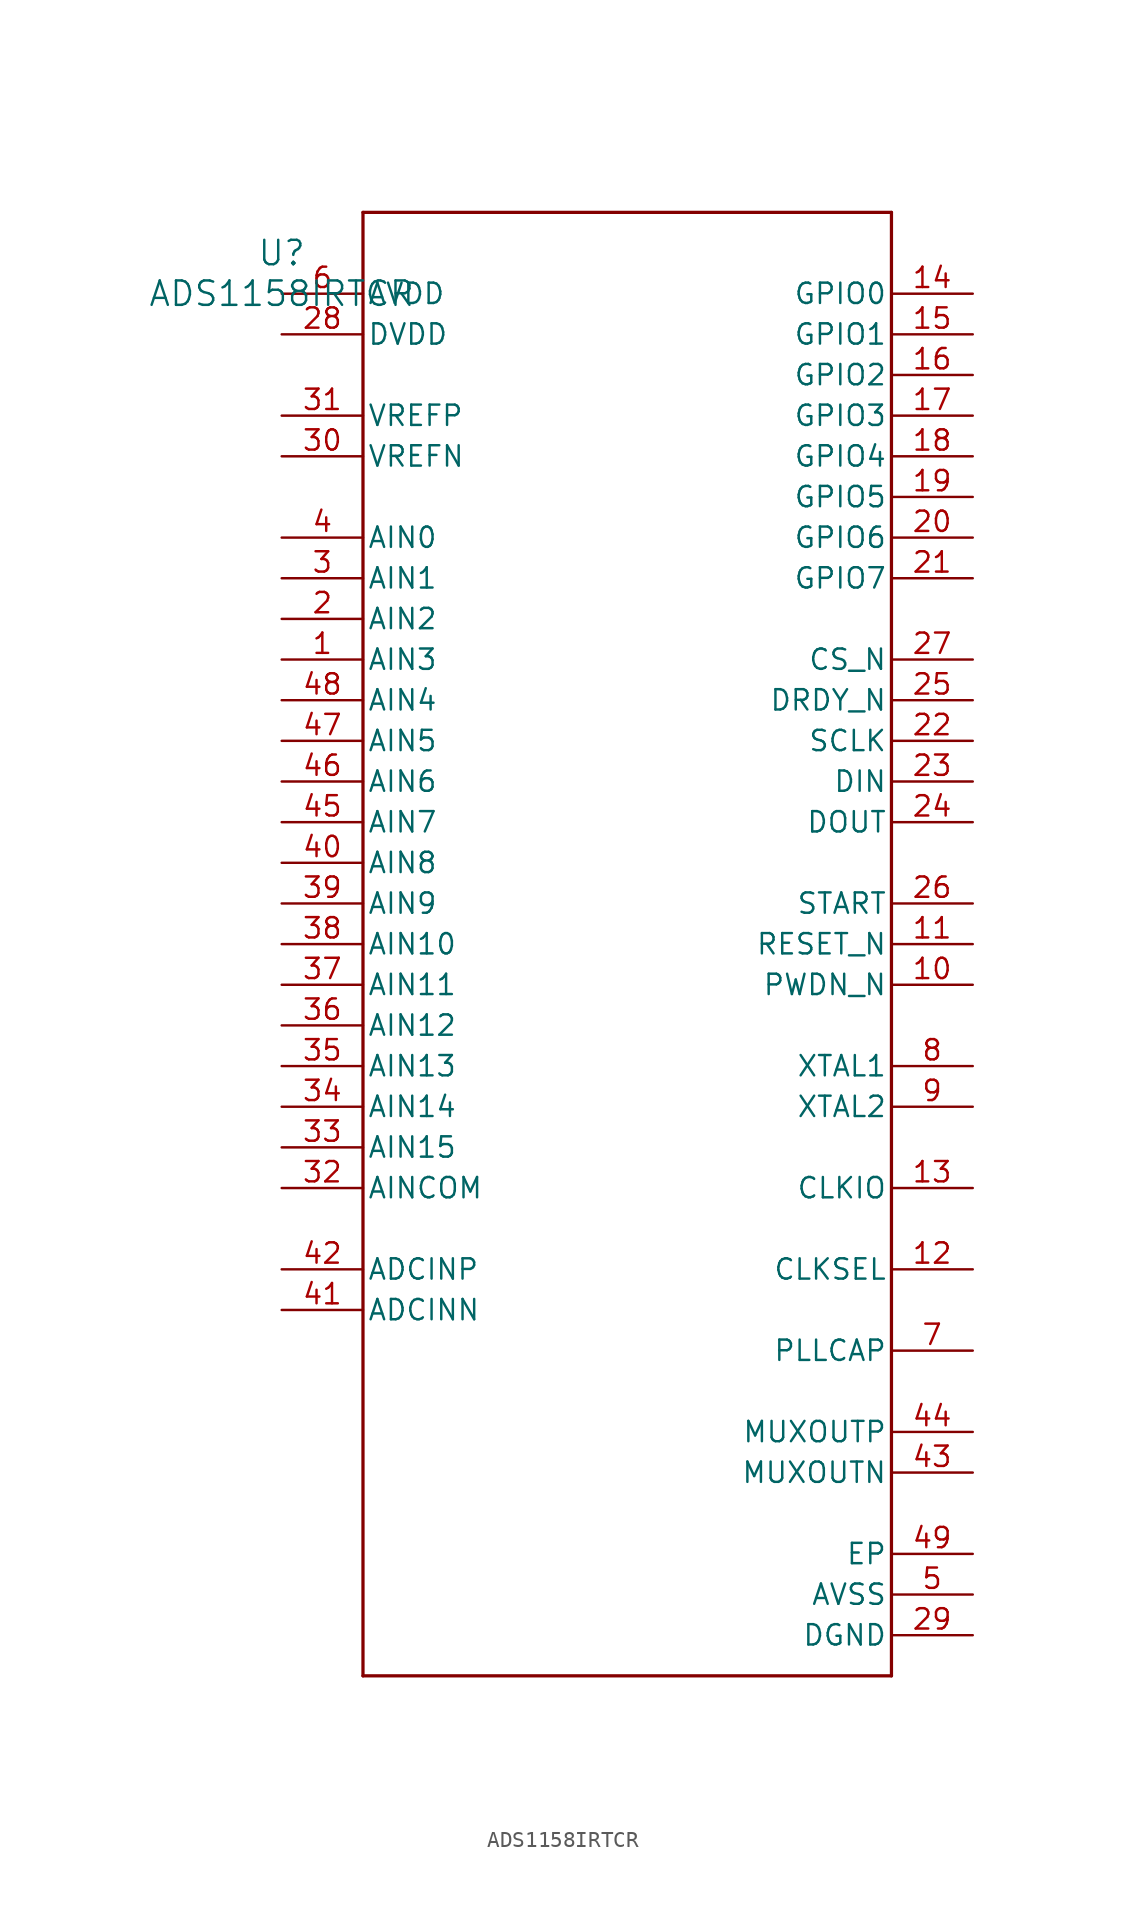
<source format=kicad_sym>
(kicad_symbol_lib
  (version 20241209)
  (generator "kicad_symbol_editor")
  (generator_version "9.0")
  (symbol "ADS1158IRTCR"
    (pin_names
      (offset 0.254))
    (property "Reference" "U"
      (at 0 2.54 0)
      (effects (font (size 1.524 1.524))))
    (property "Value" "ADS1158IRTCR"
      (at 0 0 0)
      (effects (font (size 1.524 1.524))))
    (property "ki_locked" ""
      (at 0 0 0)
      (effects (font (size 1.27 1.27))))
    (symbol "ADS1158IRTCR_0_1"
      (polyline (pts (xy 5.08 5.08) (xy 5.08 -86.36)) (stroke (width 0.203) (type default)) (fill (type none)))
      (polyline (pts (xy 5.08 -86.36) (xy 38.1 -86.36)) (stroke (width 0.203) (type default)) (fill (type none)))
      (polyline (pts (xy 38.1 5.08) (xy 5.08 5.08)) (stroke (width 0.203) (type default)) (fill (type none)))
      (polyline (pts (xy 38.1 -86.36) (xy 38.1 5.08)) (stroke (width 0.203) (type default)) (fill (type none)))
      (pin power_in line (at 0 0 0) (length 5.08) (name "AVDD" (effects (font (size 1.27 1.27)))) (number "6" (effects (font (size 1.27 1.27)))))
      (pin power_in line (at 0 -2.54 0) (length 5.08) (name "DVDD" (effects (font (size 1.27 1.27)))) (number "28" (effects (font (size 1.27 1.27)))))
      (pin unspecified line (at 0 -7.62 0) (length 5.08) (name "VREFP" (effects (font (size 1.27 1.27)))) (number "31" (effects (font (size 1.27 1.27)))))
      (pin unspecified line (at 0 -10.16 0) (length 5.08) (name "VREFN" (effects (font (size 1.27 1.27)))) (number "30" (effects (font (size 1.27 1.27)))))
      (pin unspecified line (at 0 -15.24 0) (length 5.08) (name "AIN0" (effects (font (size 1.27 1.27)))) (number "4" (effects (font (size 1.27 1.27)))))
      (pin unspecified line (at 0 -17.78 0) (length 5.08) (name "AIN1" (effects (font (size 1.27 1.27)))) (number "3" (effects (font (size 1.27 1.27)))))
      (pin unspecified line (at 0 -20.32 0) (length 5.08) (name "AIN2" (effects (font (size 1.27 1.27)))) (number "2" (effects (font (size 1.27 1.27)))))
      (pin unspecified line (at 0 -22.86 0) (length 5.08) (name "AIN3" (effects (font (size 1.27 1.27)))) (number "1" (effects (font (size 1.27 1.27)))))
      (pin unspecified line (at 0 -25.4 0) (length 5.08) (name "AIN4" (effects (font (size 1.27 1.27)))) (number "48" (effects (font (size 1.27 1.27)))))
      (pin unspecified line (at 0 -27.94 0) (length 5.08) (name "AIN5" (effects (font (size 1.27 1.27)))) (number "47" (effects (font (size 1.27 1.27)))))
      (pin unspecified line (at 0 -30.48 0) (length 5.08) (name "AIN6" (effects (font (size 1.27 1.27)))) (number "46" (effects (font (size 1.27 1.27)))))
      (pin unspecified line (at 0 -33.02 0) (length 5.08) (name "AIN7" (effects (font (size 1.27 1.27)))) (number "45" (effects (font (size 1.27 1.27)))))
      (pin unspecified line (at 0 -35.56 0) (length 5.08) (name "AIN8" (effects (font (size 1.27 1.27)))) (number "40" (effects (font (size 1.27 1.27)))))
      (pin unspecified line (at 0 -38.1 0) (length 5.08) (name "AIN9" (effects (font (size 1.27 1.27)))) (number "39" (effects (font (size 1.27 1.27)))))
      (pin unspecified line (at 0 -40.64 0) (length 5.08) (name "AIN10" (effects (font (size 1.27 1.27)))) (number "38" (effects (font (size 1.27 1.27)))))
      (pin unspecified line (at 0 -43.18 0) (length 5.08) (name "AIN11" (effects (font (size 1.27 1.27)))) (number "37" (effects (font (size 1.27 1.27)))))
      (pin unspecified line (at 0 -45.72 0) (length 5.08) (name "AIN12" (effects (font (size 1.27 1.27)))) (number "36" (effects (font (size 1.27 1.27)))))
      (pin unspecified line (at 0 -48.26 0) (length 5.08) (name "AIN13" (effects (font (size 1.27 1.27)))) (number "35" (effects (font (size 1.27 1.27)))))
      (pin unspecified line (at 0 -50.8 0) (length 5.08) (name "AIN14" (effects (font (size 1.27 1.27)))) (number "34" (effects (font (size 1.27 1.27)))))
      (pin unspecified line (at 0 -53.34 0) (length 5.08) (name "AIN15" (effects (font (size 1.27 1.27)))) (number "33" (effects (font (size 1.27 1.27)))))
      (pin unspecified line (at 0 -55.88 0) (length 5.08) (name "AINCOM" (effects (font (size 1.27 1.27)))) (number "32" (effects (font (size 1.27 1.27)))))
      (pin unspecified line (at 0 -60.96 0) (length 5.08) (name "ADCINP" (effects (font (size 1.27 1.27)))) (number "42" (effects (font (size 1.27 1.27)))))
      (pin unspecified line (at 0 -63.5 0) (length 5.08) (name "ADCINN" (effects (font (size 1.27 1.27)))) (number "41" (effects (font (size 1.27 1.27)))))
      (pin bidirectional line (at 43.18 0 180) (length 5.08) (name "GPIO0" (effects (font (size 1.27 1.27)))) (number "14" (effects (font (size 1.27 1.27)))))
      (pin bidirectional line (at 43.18 -2.54 180) (length 5.08) (name "GPIO1" (effects (font (size 1.27 1.27)))) (number "15" (effects (font (size 1.27 1.27)))))
      (pin bidirectional line (at 43.18 -5.08 180) (length 5.08) (name "GPIO2" (effects (font (size 1.27 1.27)))) (number "16" (effects (font (size 1.27 1.27)))))
      (pin bidirectional line (at 43.18 -7.62 180) (length 5.08) (name "GPIO3" (effects (font (size 1.27 1.27)))) (number "17" (effects (font (size 1.27 1.27)))))
      (pin bidirectional line (at 43.18 -10.16 180) (length 5.08) (name "GPIO4" (effects (font (size 1.27 1.27)))) (number "18" (effects (font (size 1.27 1.27)))))
      (pin bidirectional line (at 43.18 -12.7 180) (length 5.08) (name "GPIO5" (effects (font (size 1.27 1.27)))) (number "19" (effects (font (size 1.27 1.27)))))
      (pin bidirectional line (at 43.18 -15.24 180) (length 5.08) (name "GPIO6" (effects (font (size 1.27 1.27)))) (number "20" (effects (font (size 1.27 1.27)))))
      (pin bidirectional line (at 43.18 -17.78 180) (length 5.08) (name "GPIO7" (effects (font (size 1.27 1.27)))) (number "21" (effects (font (size 1.27 1.27)))))
      (pin input line (at 43.18 -22.86 180) (length 5.08) (name "CS_N" (effects (font (size 1.27 1.27)))) (number "27" (effects (font (size 1.27 1.27)))))
      (pin output line (at 43.18 -25.4 180) (length 5.08) (name "DRDY_N" (effects (font (size 1.27 1.27)))) (number "25" (effects (font (size 1.27 1.27)))))
      (pin input line (at 43.18 -27.94 180) (length 5.08) (name "SCLK" (effects (font (size 1.27 1.27)))) (number "22" (effects (font (size 1.27 1.27)))))
      (pin input line (at 43.18 -30.48 180) (length 5.08) (name "DIN" (effects (font (size 1.27 1.27)))) (number "23" (effects (font (size 1.27 1.27)))))
      (pin output line (at 43.18 -33.02 180) (length 5.08) (name "DOUT" (effects (font (size 1.27 1.27)))) (number "24" (effects (font (size 1.27 1.27)))))
      (pin input line (at 43.18 -38.1 180) (length 5.08) (name "START" (effects (font (size 1.27 1.27)))) (number "26" (effects (font (size 1.27 1.27)))))
      (pin input line (at 43.18 -40.64 180) (length 5.08) (name "RESET_N" (effects (font (size 1.27 1.27)))) (number "11" (effects (font (size 1.27 1.27)))))
      (pin input line (at 43.18 -43.18 180) (length 5.08) (name "PWDN_N" (effects (font (size 1.27 1.27)))) (number "10" (effects (font (size 1.27 1.27)))))
      (pin unspecified line (at 43.18 -48.26 180) (length 5.08) (name "XTAL1" (effects (font (size 1.27 1.27)))) (number "8" (effects (font (size 1.27 1.27)))))
      (pin unspecified line (at 43.18 -50.8 180) (length 5.08) (name "XTAL2" (effects (font (size 1.27 1.27)))) (number "9" (effects (font (size 1.27 1.27)))))
      (pin bidirectional line (at 43.18 -55.88 180) (length 5.08) (name "CLKIO" (effects (font (size 1.27 1.27)))) (number "13" (effects (font (size 1.27 1.27)))))
      (pin input line (at 43.18 -60.96 180) (length 5.08) (name "CLKSEL" (effects (font (size 1.27 1.27)))) (number "12" (effects (font (size 1.27 1.27)))))
      (pin unspecified line (at 43.18 -66.04 180) (length 5.08) (name "PLLCAP" (effects (font (size 1.27 1.27)))) (number "7" (effects (font (size 1.27 1.27)))))
      (pin unspecified line (at 43.18 -71.12 180) (length 5.08) (name "MUXOUTP" (effects (font (size 1.27 1.27)))) (number "44" (effects (font (size 1.27 1.27)))))
      (pin unspecified line (at 43.18 -73.66 180) (length 5.08) (name "MUXOUTN" (effects (font (size 1.27 1.27)))) (number "43" (effects (font (size 1.27 1.27)))))
      (pin unspecified line (at 43.18 -78.74 180) (length 5.08) (name "EP" (effects (font (size 1.27 1.27)))) (number "49" (effects (font (size 1.27 1.27)))))
      (pin power_in line (at 43.18 -81.28 180) (length 5.08) (name "AVSS" (effects (font (size 1.27 1.27)))) (number "5" (effects (font (size 1.27 1.27)))))
      (pin power_in line (at 43.18 -83.82 180) (length 5.08) (name "DGND" (effects (font (size 1.27 1.27)))) (number "29" (effects (font (size 1.27 1.27))))))))
</source>
